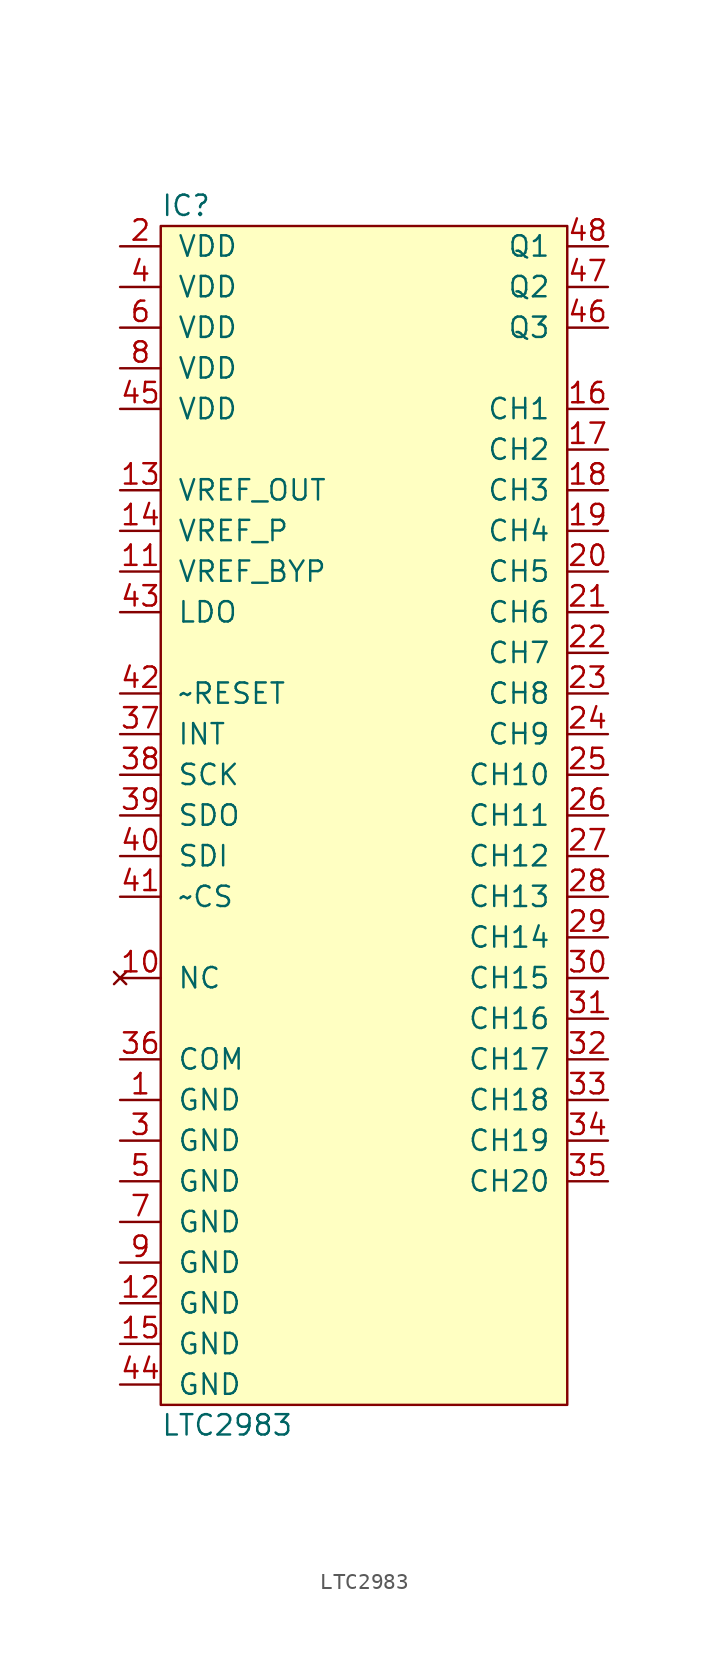
<source format=kicad_sym>
(kicad_symbol_lib
  (version 20211014)
  (generator agg_kicad.build_lib_ic)
  (symbol "LTC2983"
    (pin_names
      (offset 1.016))
    (property Reference IC
      (at -12.7 38.1 0)
      (effects (font (size 1.27 1.27)) (justify left)))
    (property Value "LTC2983"
      (at -12.7 -38.1 0)
      (effects (font (size 1.27 1.27)) (justify left)))
    (symbol "LTC2983_0_0"
      (rectangle (start -12.7 36.83) (end 12.7 -36.83) (stroke (width 0) (type default) (color 0 0 0 0)) (fill (type background)))
      (pin power_in line (at -15.24 35.56 0) (length 2.54) (name VDD (effects (font (size 1.27 1.27)))) (number "2" (effects (font (size 1.27 1.27)))))
      (pin power_in line (at -15.24 33.02 0) (length 2.54) (name VDD (effects (font (size 1.27 1.27)))) (number "4" (effects (font (size 1.27 1.27)))))
      (pin power_in line (at -15.24 30.48 0) (length 2.54) (name VDD (effects (font (size 1.27 1.27)))) (number "6" (effects (font (size 1.27 1.27)))))
      (pin power_in line (at -15.24 27.94 0) (length 2.54) (name VDD (effects (font (size 1.27 1.27)))) (number "8" (effects (font (size 1.27 1.27)))))
      (pin power_in line (at -15.24 25.4 0) (length 2.54) (name VDD (effects (font (size 1.27 1.27)))) (number "45" (effects (font (size 1.27 1.27)))))
      (pin power_out line (at -15.24 20.32 0) (length 2.54) (name VREF_OUT (effects (font (size 1.27 1.27)))) (number "13" (effects (font (size 1.27 1.27)))))
      (pin power_in line (at -15.24 17.78 0) (length 2.54) (name VREF_P (effects (font (size 1.27 1.27)))) (number "14" (effects (font (size 1.27 1.27)))))
      (pin power_out line (at -15.24 15.24 0) (length 2.54) (name VREF_BYP (effects (font (size 1.27 1.27)))) (number "11" (effects (font (size 1.27 1.27)))))
      (pin power_out line (at -15.24 12.7 0) (length 2.54) (name LDO (effects (font (size 1.27 1.27)))) (number "43" (effects (font (size 1.27 1.27)))))
      (pin input line (at -15.24 7.62 0) (length 2.54) (name "~RESET" (effects (font (size 1.27 1.27)))) (number "42" (effects (font (size 1.27 1.27)))))
      (pin output line (at -15.24 5.08 0) (length 2.54) (name INT (effects (font (size 1.27 1.27)))) (number "37" (effects (font (size 1.27 1.27)))))
      (pin input line (at -15.24 2.54 0) (length 2.54) (name SCK (effects (font (size 1.27 1.27)))) (number "38" (effects (font (size 1.27 1.27)))))
      (pin output line (at -15.24 0 0) (length 2.54) (name SDO (effects (font (size 1.27 1.27)))) (number "39" (effects (font (size 1.27 1.27)))))
      (pin input line (at -15.24 -2.54 0) (length 2.54) (name SDI (effects (font (size 1.27 1.27)))) (number "40" (effects (font (size 1.27 1.27)))))
      (pin input line (at -15.24 -5.08 0) (length 2.54) (name "~CS" (effects (font (size 1.27 1.27)))) (number "41" (effects (font (size 1.27 1.27)))))
      (pin no_connect line (at -15.24 -10.16 0) (length 2.54) (name NC (effects (font (size 1.27 1.27)))) (number "10" (effects (font (size 1.27 1.27)))))
      (pin input line (at -15.24 -15.24 0) (length 2.54) (name COM (effects (font (size 1.27 1.27)))) (number "36" (effects (font (size 1.27 1.27)))))
      (pin power_in line (at -15.24 -17.78 0) (length 2.54) (name GND (effects (font (size 1.27 1.27)))) (number "1" (effects (font (size 1.27 1.27)))))
      (pin power_in line (at -15.24 -20.32 0) (length 2.54) (name GND (effects (font (size 1.27 1.27)))) (number "3" (effects (font (size 1.27 1.27)))))
      (pin power_in line (at -15.24 -22.86 0) (length 2.54) (name GND (effects (font (size 1.27 1.27)))) (number "5" (effects (font (size 1.27 1.27)))))
      (pin power_in line (at -15.24 -25.4 0) (length 2.54) (name GND (effects (font (size 1.27 1.27)))) (number "7" (effects (font (size 1.27 1.27)))))
      (pin power_in line (at -15.24 -27.94 0) (length 2.54) (name GND (effects (font (size 1.27 1.27)))) (number "9" (effects (font (size 1.27 1.27)))))
      (pin power_in line (at -15.24 -30.48 0) (length 2.54) (name GND (effects (font (size 1.27 1.27)))) (number "12" (effects (font (size 1.27 1.27)))))
      (pin power_in line (at -15.24 -33.02 0) (length 2.54) (name GND (effects (font (size 1.27 1.27)))) (number "15" (effects (font (size 1.27 1.27)))))
      (pin power_in line (at -15.24 -35.56 0) (length 2.54) (name GND (effects (font (size 1.27 1.27)))) (number "44" (effects (font (size 1.27 1.27)))))
      (pin power_out line (at 15.24 35.56 180) (length 2.54) (name "Q1" (effects (font (size 1.27 1.27)))) (number "48" (effects (font (size 1.27 1.27)))))
      (pin power_out line (at 15.24 33.02 180) (length 2.54) (name "Q2" (effects (font (size 1.27 1.27)))) (number "47" (effects (font (size 1.27 1.27)))))
      (pin power_out line (at 15.24 30.48 180) (length 2.54) (name "Q3" (effects (font (size 1.27 1.27)))) (number "46" (effects (font (size 1.27 1.27)))))
      (pin input line (at 15.24 25.4 180) (length 2.54) (name "CH1" (effects (font (size 1.27 1.27)))) (number "16" (effects (font (size 1.27 1.27)))))
      (pin input line (at 15.24 22.86 180) (length 2.54) (name "CH2" (effects (font (size 1.27 1.27)))) (number "17" (effects (font (size 1.27 1.27)))))
      (pin input line (at 15.24 20.32 180) (length 2.54) (name "CH3" (effects (font (size 1.27 1.27)))) (number "18" (effects (font (size 1.27 1.27)))))
      (pin input line (at 15.24 17.78 180) (length 2.54) (name "CH4" (effects (font (size 1.27 1.27)))) (number "19" (effects (font (size 1.27 1.27)))))
      (pin input line (at 15.24 15.24 180) (length 2.54) (name "CH5" (effects (font (size 1.27 1.27)))) (number "20" (effects (font (size 1.27 1.27)))))
      (pin input line (at 15.24 12.7 180) (length 2.54) (name "CH6" (effects (font (size 1.27 1.27)))) (number "21" (effects (font (size 1.27 1.27)))))
      (pin input line (at 15.24 10.16 180) (length 2.54) (name "CH7" (effects (font (size 1.27 1.27)))) (number "22" (effects (font (size 1.27 1.27)))))
      (pin input line (at 15.24 7.62 180) (length 2.54) (name "CH8" (effects (font (size 1.27 1.27)))) (number "23" (effects (font (size 1.27 1.27)))))
      (pin input line (at 15.24 5.08 180) (length 2.54) (name "CH9" (effects (font (size 1.27 1.27)))) (number "24" (effects (font (size 1.27 1.27)))))
      (pin input line (at 15.24 2.54 180) (length 2.54) (name "CH10" (effects (font (size 1.27 1.27)))) (number "25" (effects (font (size 1.27 1.27)))))
      (pin input line (at 15.24 0 180) (length 2.54) (name "CH11" (effects (font (size 1.27 1.27)))) (number "26" (effects (font (size 1.27 1.27)))))
      (pin input line (at 15.24 -2.54 180) (length 2.54) (name "CH12" (effects (font (size 1.27 1.27)))) (number "27" (effects (font (size 1.27 1.27)))))
      (pin input line (at 15.24 -5.08 180) (length 2.54) (name "CH13" (effects (font (size 1.27 1.27)))) (number "28" (effects (font (size 1.27 1.27)))))
      (pin input line (at 15.24 -7.62 180) (length 2.54) (name "CH14" (effects (font (size 1.27 1.27)))) (number "29" (effects (font (size 1.27 1.27)))))
      (pin input line (at 15.24 -10.16 180) (length 2.54) (name "CH15" (effects (font (size 1.27 1.27)))) (number "30" (effects (font (size 1.27 1.27)))))
      (pin input line (at 15.24 -12.7 180) (length 2.54) (name "CH16" (effects (font (size 1.27 1.27)))) (number "31" (effects (font (size 1.27 1.27)))))
      (pin input line (at 15.24 -15.24 180) (length 2.54) (name "CH17" (effects (font (size 1.27 1.27)))) (number "32" (effects (font (size 1.27 1.27)))))
      (pin input line (at 15.24 -17.78 180) (length 2.54) (name "CH18" (effects (font (size 1.27 1.27)))) (number "33" (effects (font (size 1.27 1.27)))))
      (pin input line (at 15.24 -20.32 180) (length 2.54) (name "CH19" (effects (font (size 1.27 1.27)))) (number "34" (effects (font (size 1.27 1.27)))))
      (pin input line (at 15.24 -22.86 180) (length 2.54) (name "CH20" (effects (font (size 1.27 1.27)))) (number "35" (effects (font (size 1.27 1.27))))))))
</source>
